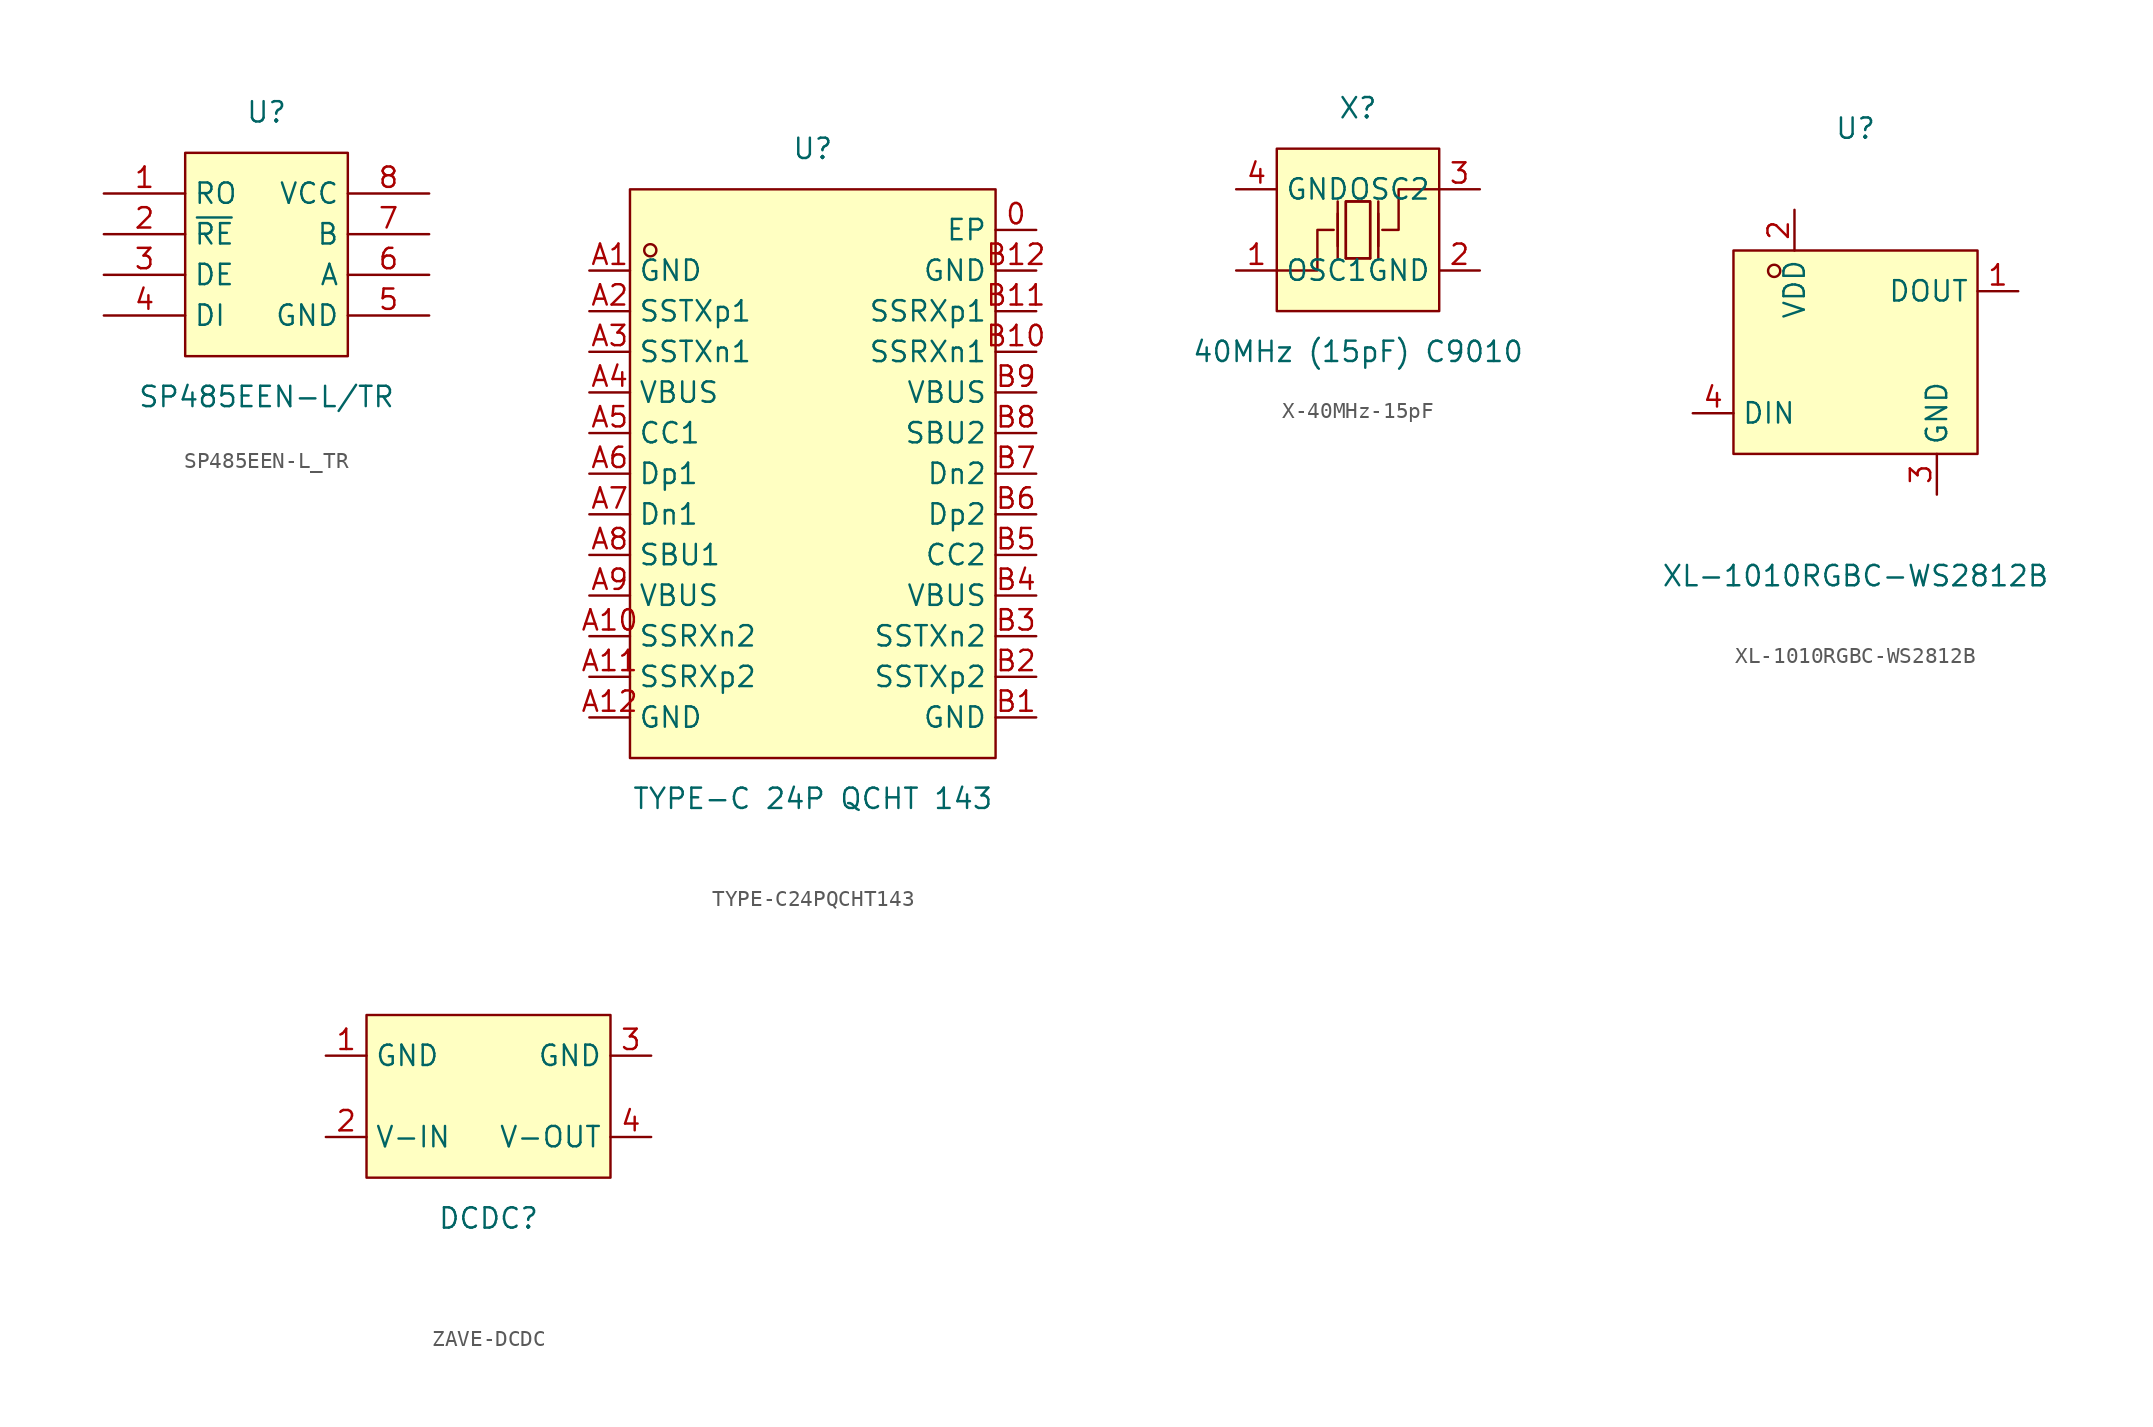
<source format=kicad_sym>
(kicad_symbol_lib
  (version 20220914)
  (generator kicad_symbol_editor)
  (symbol "SP485EEN-L_TR"
    (property "Reference" "U"
      (at 0 8.89 0)
      (effects (font (size 1.27 1.27))))
    (property "Value" "SP485EEN-L/TR"
      (at 0 -8.89 0)
      (effects (font (size 1.27 1.27))))
    (symbol "SP485EEN-L_TR_0_1"
      (rectangle (start -5.08 6.35) (end 5.08 -6.35) (stroke (width 0) (type default)) (fill (type background)))
      (pin unspecified line (at -10.16 3.81 0) (length 5.08) (name "RO" (effects (font (size 1.27 1.27)))) (number "1" (effects (font (size 1.27 1.27)))))
      (pin unspecified line (at -10.16 1.27 0) (length 5.08) (name "~{RE}" (effects (font (size 1.27 1.27)))) (number "2" (effects (font (size 1.27 1.27)))))
      (pin unspecified line (at -10.16 -1.27 0) (length 5.08) (name "DE" (effects (font (size 1.27 1.27)))) (number "3" (effects (font (size 1.27 1.27)))))
      (pin unspecified line (at -10.16 -3.81 0) (length 5.08) (name "DI" (effects (font (size 1.27 1.27)))) (number "4" (effects (font (size 1.27 1.27)))))
      (pin unspecified line (at 10.16 -3.81 180) (length 5.08) (name "GND" (effects (font (size 1.27 1.27)))) (number "5" (effects (font (size 1.27 1.27)))))
      (pin unspecified line (at 10.16 -1.27 180) (length 5.08) (name "A" (effects (font (size 1.27 1.27)))) (number "6" (effects (font (size 1.27 1.27)))))
      (pin unspecified line (at 10.16 1.27 180) (length 5.08) (name "B" (effects (font (size 1.27 1.27)))) (number "7" (effects (font (size 1.27 1.27)))))
      (pin unspecified line (at 10.16 3.81 180) (length 5.08) (name "VCC" (effects (font (size 1.27 1.27)))) (number "8" (effects (font (size 1.27 1.27)))))))
  (symbol "TYPE-C24PQCHT143"
    (property "Reference" "U"
      (at 0 20.32 0)
      (effects (font (size 1.27 1.27))))
    (property "Value" "TYPE-C 24P QCHT 143"
      (at 0 -20.32 0)
      (effects (font (size 1.27 1.27))))
    (symbol "TYPE-C24PQCHT143_0_1"
      (rectangle (start -11.43 17.78) (end 11.43 -17.78) (stroke (width 0) (type default)) (fill (type background)))
      (circle (center -10.16 13.97) (radius 0.38) (stroke (width 0) (type default)) (fill (type none)))
      (pin unspecified line (at 13.97 15.24 180) (length 2.54) (name "EP" (effects (font (size 1.27 1.27)))) (number "0" (effects (font (size 1.27 1.27)))))
      (pin unspecified line (at -13.97 12.7 0) (length 2.54) (name "GND" (effects (font (size 1.27 1.27)))) (number "A1" (effects (font (size 1.27 1.27)))))
      (pin unspecified line (at -13.97 -10.16 0) (length 2.54) (name "SSRXn2" (effects (font (size 1.27 1.27)))) (number "A10" (effects (font (size 1.27 1.27)))))
      (pin unspecified line (at -13.97 -12.7 0) (length 2.54) (name "SSRXp2" (effects (font (size 1.27 1.27)))) (number "A11" (effects (font (size 1.27 1.27)))))
      (pin unspecified line (at -13.97 -15.24 0) (length 2.54) (name "GND" (effects (font (size 1.27 1.27)))) (number "A12" (effects (font (size 1.27 1.27)))))
      (pin unspecified line (at -13.97 10.16 0) (length 2.54) (name "SSTXp1" (effects (font (size 1.27 1.27)))) (number "A2" (effects (font (size 1.27 1.27)))))
      (pin unspecified line (at -13.97 7.62 0) (length 2.54) (name "SSTXn1" (effects (font (size 1.27 1.27)))) (number "A3" (effects (font (size 1.27 1.27)))))
      (pin unspecified line (at -13.97 5.08 0) (length 2.54) (name "VBUS" (effects (font (size 1.27 1.27)))) (number "A4" (effects (font (size 1.27 1.27)))))
      (pin unspecified line (at -13.97 2.54 0) (length 2.54) (name "CC1" (effects (font (size 1.27 1.27)))) (number "A5" (effects (font (size 1.27 1.27)))))
      (pin unspecified line (at -13.97 0 0) (length 2.54) (name "Dp1" (effects (font (size 1.27 1.27)))) (number "A6" (effects (font (size 1.27 1.27)))))
      (pin unspecified line (at -13.97 -2.54 0) (length 2.54) (name "Dn1" (effects (font (size 1.27 1.27)))) (number "A7" (effects (font (size 1.27 1.27)))))
      (pin unspecified line (at -13.97 -5.08 0) (length 2.54) (name "SBU1" (effects (font (size 1.27 1.27)))) (number "A8" (effects (font (size 1.27 1.27)))))
      (pin unspecified line (at -13.97 -7.62 0) (length 2.54) (name "VBUS" (effects (font (size 1.27 1.27)))) (number "A9" (effects (font (size 1.27 1.27)))))
      (pin unspecified line (at 13.97 -15.24 180) (length 2.54) (name "GND" (effects (font (size 1.27 1.27)))) (number "B1" (effects (font (size 1.27 1.27)))))
      (pin unspecified line (at 13.97 7.62 180) (length 2.54) (name "SSRXn1" (effects (font (size 1.27 1.27)))) (number "B10" (effects (font (size 1.27 1.27)))))
      (pin unspecified line (at 13.97 10.16 180) (length 2.54) (name "SSRXp1" (effects (font (size 1.27 1.27)))) (number "B11" (effects (font (size 1.27 1.27)))))
      (pin unspecified line (at 13.97 12.7 180) (length 2.54) (name "GND" (effects (font (size 1.27 1.27)))) (number "B12" (effects (font (size 1.27 1.27)))))
      (pin unspecified line (at 13.97 -12.7 180) (length 2.54) (name "SSTXp2" (effects (font (size 1.27 1.27)))) (number "B2" (effects (font (size 1.27 1.27)))))
      (pin unspecified line (at 13.97 -10.16 180) (length 2.54) (name "SSTXn2" (effects (font (size 1.27 1.27)))) (number "B3" (effects (font (size 1.27 1.27)))))
      (pin unspecified line (at 13.97 -7.62 180) (length 2.54) (name "VBUS" (effects (font (size 1.27 1.27)))) (number "B4" (effects (font (size 1.27 1.27)))))
      (pin unspecified line (at 13.97 -5.08 180) (length 2.54) (name "CC2" (effects (font (size 1.27 1.27)))) (number "B5" (effects (font (size 1.27 1.27)))))
      (pin unspecified line (at 13.97 -2.54 180) (length 2.54) (name "Dp2" (effects (font (size 1.27 1.27)))) (number "B6" (effects (font (size 1.27 1.27)))))
      (pin unspecified line (at 13.97 0 180) (length 2.54) (name "Dn2" (effects (font (size 1.27 1.27)))) (number "B7" (effects (font (size 1.27 1.27)))))
      (pin unspecified line (at 13.97 2.54 180) (length 2.54) (name "SBU2" (effects (font (size 1.27 1.27)))) (number "B8" (effects (font (size 1.27 1.27)))))
      (pin unspecified line (at 13.97 5.08 180) (length 2.54) (name "VBUS" (effects (font (size 1.27 1.27)))) (number "B9" (effects (font (size 1.27 1.27)))))))
  (symbol "X-40MHz-15pF"
    (property "Reference" "X"
      (at 0 7.62 0)
      (effects (font (size 1.27 1.27))))
    (property "Value" "40MHz (15pF) C9010"
      (at 0 -7.62 0)
      (effects (font (size 1.27 1.27))))
    (symbol "X-40MHz-15pF_0_1"
      (rectangle (start -5.08 5.08) (end 5.08 -5.08) (stroke (width 0) (type default)) (fill (type background)))
      (polyline (pts (xy -1.27 -1.78) (xy -1.27 1.78)) (stroke (width 0) (type default)) (fill (type none)))
      (polyline (pts (xy -1.27 -1.02) (xy -1.27 1.02)) (stroke (width 0) (type default)) (fill (type none)))
      (polyline (pts (xy 0.76 -1.78) (xy -0.76 -1.78)) (stroke (width 0) (type default)) (fill (type none)))
      (polyline (pts (xy 1.27 -1.78) (xy 1.27 1.78)) (stroke (width 0) (type default)) (fill (type none)))
      (polyline (pts (xy 1.27 -1.02) (xy 1.27 1.02)) (stroke (width 0) (type default)) (fill (type none)))
      (polyline (pts (xy -5.08 -2.54) (xy -2.54 -2.54) (xy -2.54 0) (xy -1.52 0)) (stroke (width 0) (type default)) (fill (type none)))
      (polyline (pts (xy -0.76 -1.78) (xy -0.76 1.78) (xy 0.76 1.78) (xy 0.76 -1.78)) (stroke (width 0) (type default)) (fill (type none)))
      (polyline (pts (xy 5.08 2.54) (xy 2.54 2.54) (xy 2.54 0) (xy 1.52 0)) (stroke (width 0) (type default)) (fill (type none)))
      (polyline (pts (xy 0.76 1.78) (xy 0.76 -1.78) (xy -0.76 -1.78) (xy -0.76 1.78) (xy 0.76 1.78)) (stroke (width 0) (type default)) (fill (type background)))
      (pin unspecified line (at -7.62 -2.54 0) (length 2.54) (name "OSC1" (effects (font (size 1.27 1.27)))) (number "1" (effects (font (size 1.27 1.27)))))
      (pin unspecified line (at 7.62 -2.54 180) (length 2.54) (name "GND" (effects (font (size 1.27 1.27)))) (number "2" (effects (font (size 1.27 1.27)))))
      (pin unspecified line (at 7.62 2.54 180) (length 2.54) (name "OSC2" (effects (font (size 1.27 1.27)))) (number "3" (effects (font (size 1.27 1.27)))))
      (pin unspecified line (at -7.62 2.54 0) (length 2.54) (name "GND" (effects (font (size 1.27 1.27)))) (number "4" (effects (font (size 1.27 1.27)))))))
  (symbol "XL-1010RGBC-WS2812B"
    (property "Reference" "U"
      (at 0 13.97 0)
      (effects (font (size 1.27 1.27))))
    (property "Value" "XL-1010RGBC-WS2812B"
      (at 0 -13.97 0)
      (effects (font (size 1.27 1.27))))
    (symbol "XL-1010RGBC-WS2812B_0_1"
      (rectangle (start -7.62 6.35) (end 7.62 -6.35) (stroke (width 0) (type default)) (fill (type background)))
      (circle (center -5.08 5.08) (radius 0.38) (stroke (width 0) (type default)) (fill (type none)))
      (pin unspecified line (at 10.16 3.81 180) (length 2.54) (name "DOUT" (effects (font (size 1.27 1.27)))) (number "1" (effects (font (size 1.27 1.27)))))
      (pin unspecified line (at -3.81 8.89 270) (length 2.54) (name "VDD" (effects (font (size 1.27 1.27)))) (number "2" (effects (font (size 1.27 1.27)))))
      (pin unspecified line (at 5.08 -8.89 90) (length 2.54) (name "GND" (effects (font (size 1.27 1.27)))) (number "3" (effects (font (size 1.27 1.27)))))
      (pin unspecified line (at -10.16 -3.81 0) (length 2.54) (name "DIN" (effects (font (size 1.27 1.27)))) (number "4" (effects (font (size 1.27 1.27)))))))
  (symbol "ZAVE-DCDC"
    (property "Reference" "DCDC"
      (at 0 -7.62 0)
      (effects (font (size 1.27 1.27))))
    (property "Value" ""
      (at 0 0 0)
      (effects (font (size 1.27 1.27))))
    (symbol "ZAVE-DCDC_1_1"
      (rectangle (start -7.62 5.08) (end 7.62 -5.08) (stroke (width 0) (type default)) (fill (type background)))
      (text private "detail.tmall.com/item.htm?id=652425726048" (at 0 -11.43 0) (effects (font (size 1.27 1.27))))
      (pin input line (at -10.16 2.54 0) (length 2.54) (name "GND" (effects (font (size 1.27 1.27)))) (number "1" (effects (font (size 1.27 1.27)))))
      (pin input line (at -10.16 -2.54 0) (length 2.54) (name "V-IN" (effects (font (size 1.27 1.27)))) (number "2" (effects (font (size 1.27 1.27)))))
      (pin input line (at 10.16 2.54 180) (length 2.54) (name "GND" (effects (font (size 1.27 1.27)))) (number "3" (effects (font (size 1.27 1.27)))))
      (pin output line (at 10.16 -2.54 180) (length 2.54) (name "V-OUT" (effects (font (size 1.27 1.27)))) (number "4" (effects (font (size 1.27 1.27))))))))
</source>
